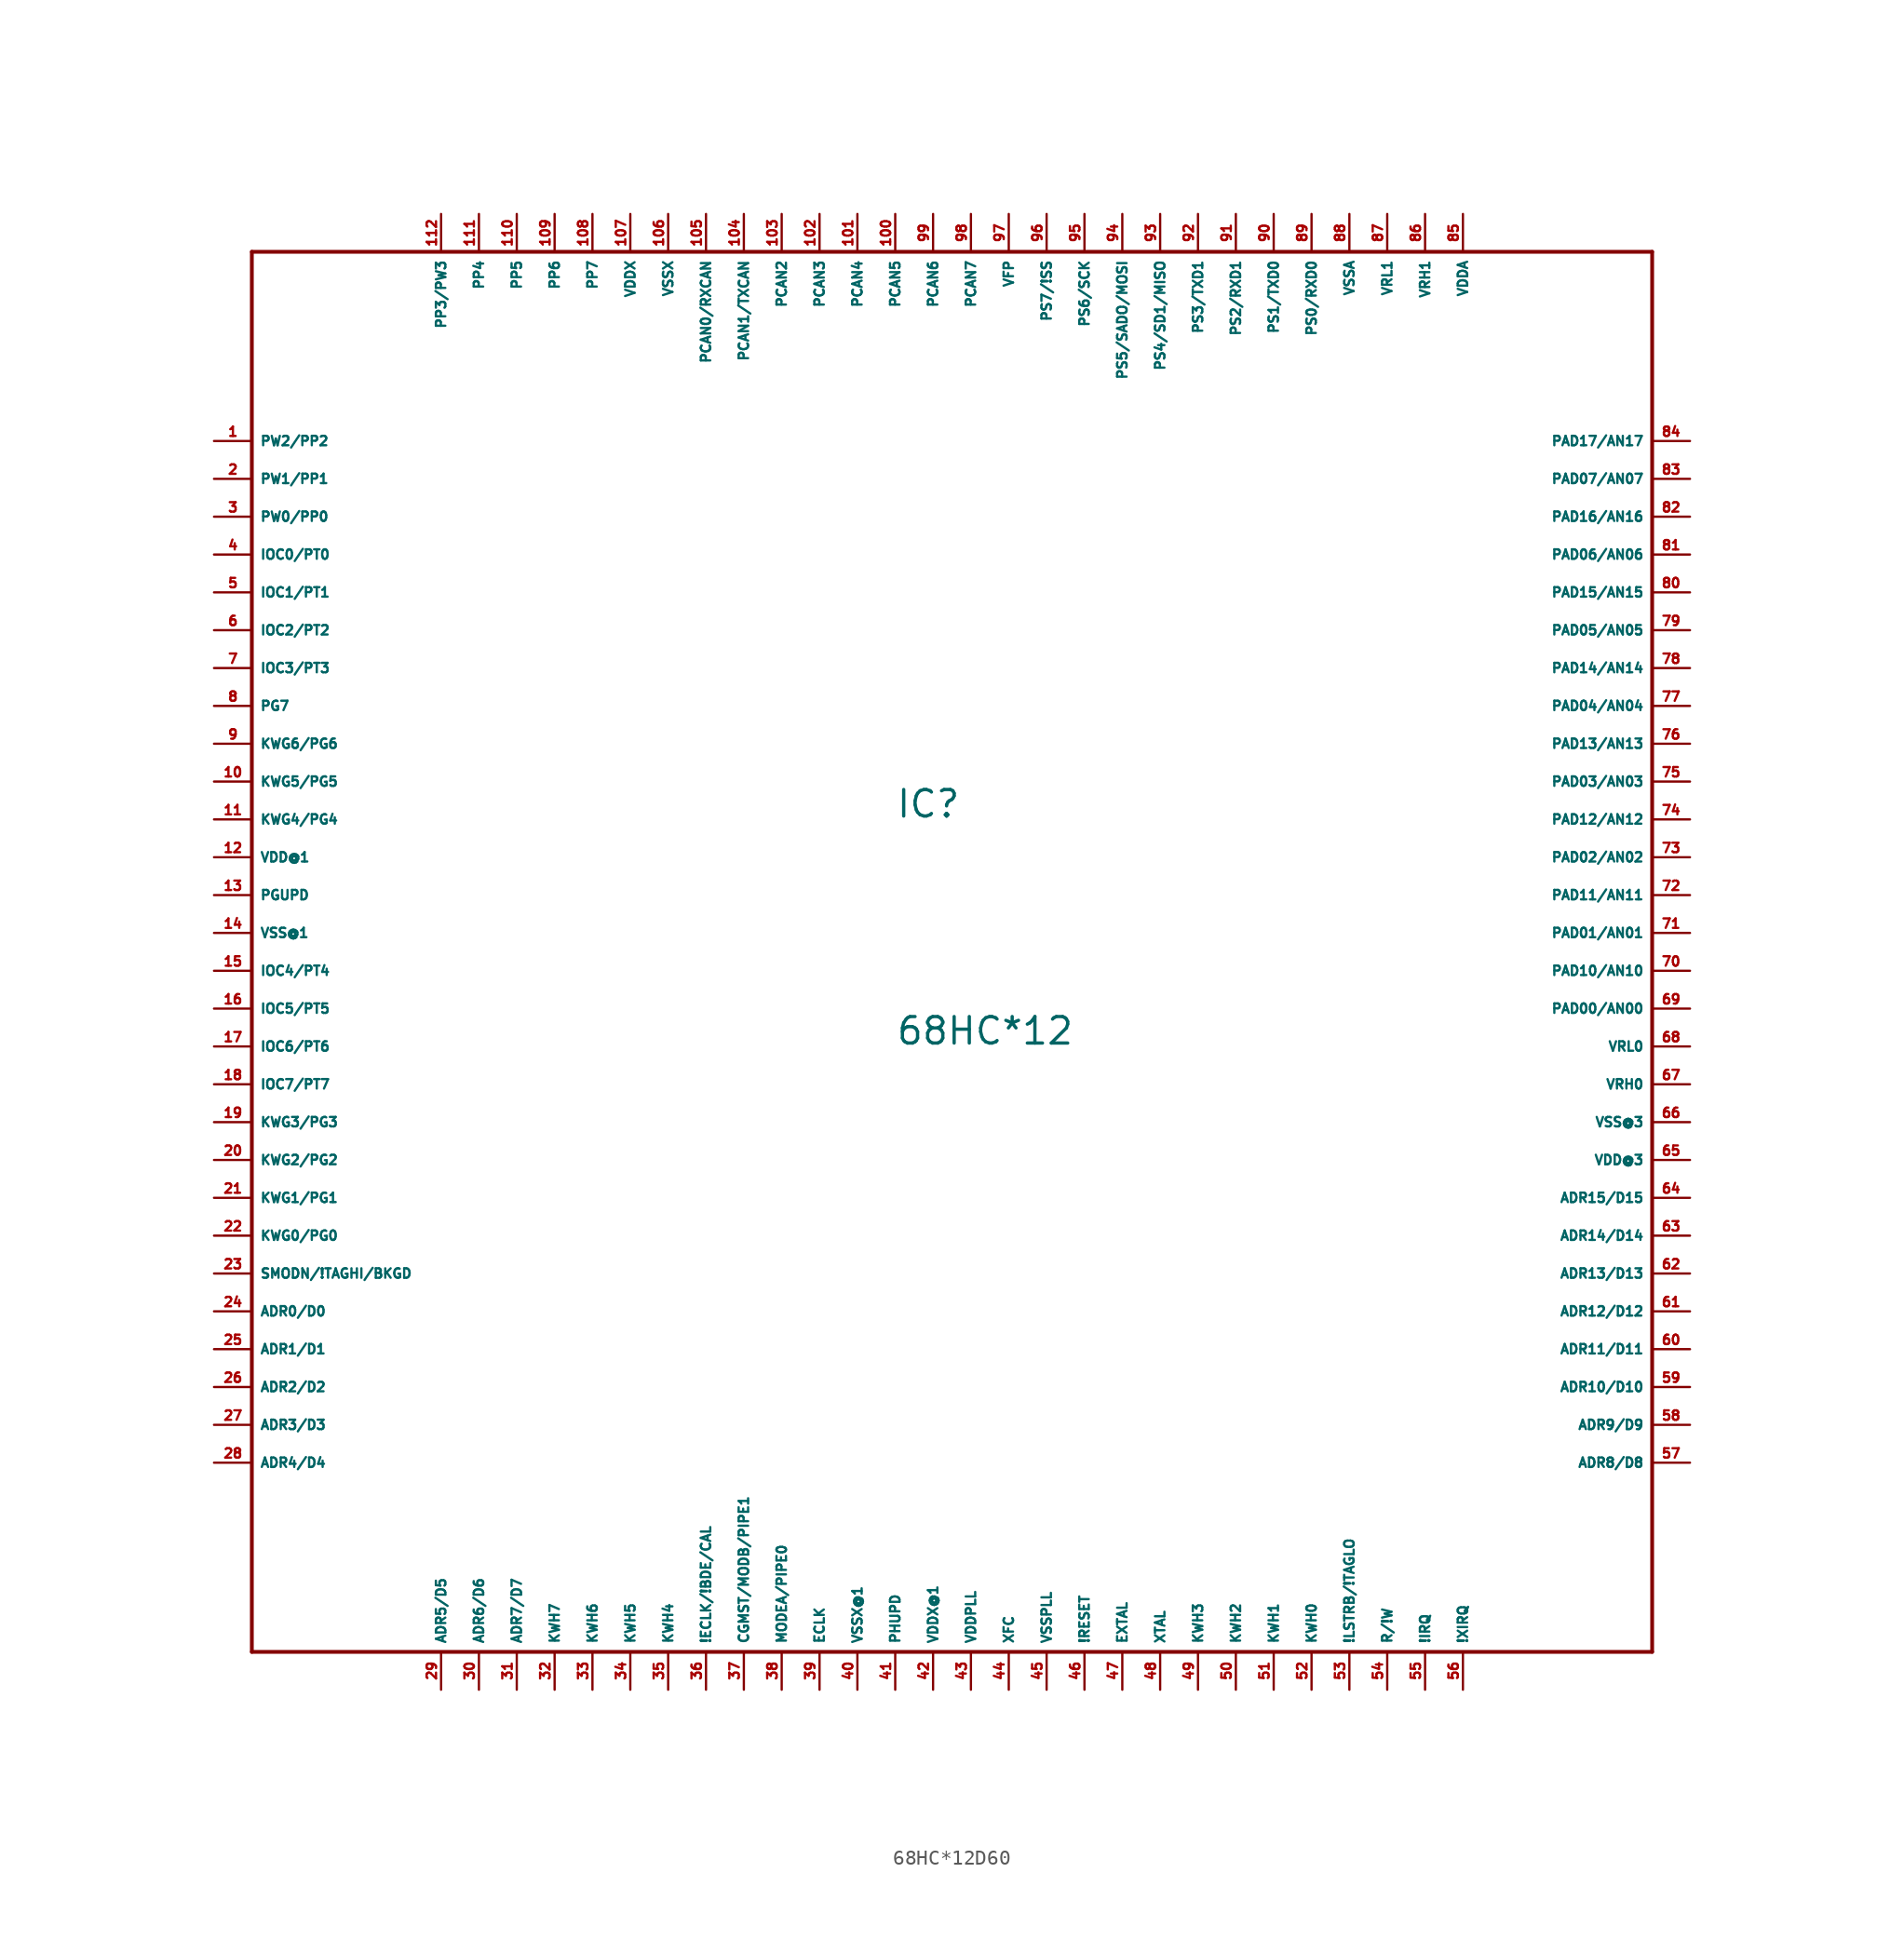
<source format=kicad_sym>
(kicad_symbol_lib
  (version 20220914)
  (generator Eagle2Kicad)
  (symbol "68HC*12D60"
    (property "Reference" "IC"
      (at -5.08 7.62 0)
      (effects (font (size 1.778 1.778) (thickness 0.22)) (justify left bottom)))
    (property "Value" "68HC*12"
      (at -5.08 -7.62 0)
      (effects (font (size 1.778 1.778) (thickness 0.22)) (justify left bottom)))
    (polyline
      (pts (xy -48.26 45.72) (xy -48.26 -48.26))
      (stroke (width 0.254) (type default))
      (fill (type none)))
    (polyline
      (pts (xy -48.26 -48.26) (xy 45.72 -48.26))
      (stroke (width 0.254) (type default))
      (fill (type none)))
    (polyline
      (pts (xy 45.72 -48.26) (xy 45.72 45.72))
      (stroke (width 0.254) (type default))
      (fill (type none)))
    (polyline
      (pts (xy 45.72 45.72) (xy -48.26 45.72))
      (stroke (width 0.254) (type default))
      (fill (type none)))
    (pin bidirectional line
      (at -35.56 -50.8 90)
      (length 2.54)
      (name "ADR5/D5" (effects (font (size 0.635 0.635) (thickness 0.08)) (justify left bottom)))
      (number "29" (effects (font (size 0.635 0.635) (thickness 0.08)) (justify left bottom))))
    (pin bidirectional line
      (at -33.02 -50.8 90)
      (length 2.54)
      (name "ADR6/D6" (effects (font (size 0.635 0.635) (thickness 0.08)) (justify left bottom)))
      (number "30" (effects (font (size 0.635 0.635) (thickness 0.08)) (justify left bottom))))
    (pin bidirectional line
      (at -30.48 -50.8 90)
      (length 2.54)
      (name "ADR7/D7" (effects (font (size 0.635 0.635) (thickness 0.08)) (justify left bottom)))
      (number "31" (effects (font (size 0.635 0.635) (thickness 0.08)) (justify left bottom))))
    (pin bidirectional line
      (at -27.94 -50.8 90)
      (length 2.54)
      (name "KWH7" (effects (font (size 0.635 0.635) (thickness 0.08)) (justify left bottom)))
      (number "32" (effects (font (size 0.635 0.635) (thickness 0.08)) (justify left bottom))))
    (pin bidirectional line
      (at -25.4 -50.8 90)
      (length 2.54)
      (name "KWH6" (effects (font (size 0.635 0.635) (thickness 0.08)) (justify left bottom)))
      (number "33" (effects (font (size 0.635 0.635) (thickness 0.08)) (justify left bottom))))
    (pin bidirectional line
      (at -22.86 -50.8 90)
      (length 2.54)
      (name "KWH5" (effects (font (size 0.635 0.635) (thickness 0.08)) (justify left bottom)))
      (number "34" (effects (font (size 0.635 0.635) (thickness 0.08)) (justify left bottom))))
    (pin bidirectional line
      (at -20.32 -50.8 90)
      (length 2.54)
      (name "KWH4" (effects (font (size 0.635 0.635) (thickness 0.08)) (justify left bottom)))
      (number "35" (effects (font (size 0.635 0.635) (thickness 0.08)) (justify left bottom))))
    (pin bidirectional line
      (at -17.78 -50.8 90)
      (length 2.54)
      (name "!ECLK/!BDE/CAL" (effects (font (size 0.635 0.635) (thickness 0.08)) (justify left bottom)))
      (number "36" (effects (font (size 0.635 0.635) (thickness 0.08)) (justify left bottom))))
    (pin bidirectional line
      (at -15.24 -50.8 90)
      (length 2.54)
      (name "CGMST/MODB/PIPE1" (effects (font (size 0.635 0.635) (thickness 0.08)) (justify left bottom)))
      (number "37" (effects (font (size 0.635 0.635) (thickness 0.08)) (justify left bottom))))
    (pin bidirectional line
      (at -12.7 -50.8 90)
      (length 2.54)
      (name "MODEA/PIPE0" (effects (font (size 0.635 0.635) (thickness 0.08)) (justify left bottom)))
      (number "38" (effects (font (size 0.635 0.635) (thickness 0.08)) (justify left bottom))))
    (pin bidirectional line
      (at -10.16 -50.8 90)
      (length 2.54)
      (name "ECLK" (effects (font (size 0.635 0.635) (thickness 0.08)) (justify left bottom)))
      (number "39" (effects (font (size 0.635 0.635) (thickness 0.08)) (justify left bottom))))
    (pin unspecified line
      (at -7.62 -50.8 90)
      (length 2.54)
      (name "VSSX@1" (effects (font (size 0.635 0.635) (thickness 0.08)) (justify left bottom)))
      (number "40" (effects (font (size 0.635 0.635) (thickness 0.08)) (justify left bottom))))
    (pin input line
      (at -5.08 -50.8 90)
      (length 2.54)
      (name "PHUPD" (effects (font (size 0.635 0.635) (thickness 0.08)) (justify left bottom)))
      (number "41" (effects (font (size 0.635 0.635) (thickness 0.08)) (justify left bottom))))
    (pin unspecified line
      (at -2.54 -50.8 90)
      (length 2.54)
      (name "VDDX@1" (effects (font (size 0.635 0.635) (thickness 0.08)) (justify left bottom)))
      (number "42" (effects (font (size 0.635 0.635) (thickness 0.08)) (justify left bottom))))
    (pin unspecified line
      (at 0 -50.8 90)
      (length 2.54)
      (name "VDDPLL" (effects (font (size 0.635 0.635) (thickness 0.08)) (justify left bottom)))
      (number "43" (effects (font (size 0.635 0.635) (thickness 0.08)) (justify left bottom))))
    (pin input line
      (at 2.54 -50.8 90)
      (length 2.54)
      (name "XFC" (effects (font (size 0.635 0.635) (thickness 0.08)) (justify left bottom)))
      (number "44" (effects (font (size 0.635 0.635) (thickness 0.08)) (justify left bottom))))
    (pin unspecified line
      (at 5.08 -50.8 90)
      (length 2.54)
      (name "VSSPLL" (effects (font (size 0.635 0.635) (thickness 0.08)) (justify left bottom)))
      (number "45" (effects (font (size 0.635 0.635) (thickness 0.08)) (justify left bottom))))
    (pin bidirectional line
      (at 7.62 -50.8 90)
      (length 2.54)
      (name "!RESET" (effects (font (size 0.635 0.635) (thickness 0.08)) (justify left bottom)))
      (number "46" (effects (font (size 0.635 0.635) (thickness 0.08)) (justify left bottom))))
    (pin output line
      (at 10.16 -50.8 90)
      (length 2.54)
      (name "EXTAL" (effects (font (size 0.635 0.635) (thickness 0.08)) (justify left bottom)))
      (number "47" (effects (font (size 0.635 0.635) (thickness 0.08)) (justify left bottom))))
    (pin bidirectional line
      (at 12.7 -50.8 90)
      (length 2.54)
      (name "XTAL" (effects (font (size 0.635 0.635) (thickness 0.08)) (justify left bottom)))
      (number "48" (effects (font (size 0.635 0.635) (thickness 0.08)) (justify left bottom))))
    (pin bidirectional line
      (at 15.24 -50.8 90)
      (length 2.54)
      (name "KWH3" (effects (font (size 0.635 0.635) (thickness 0.08)) (justify left bottom)))
      (number "49" (effects (font (size 0.635 0.635) (thickness 0.08)) (justify left bottom))))
    (pin bidirectional line
      (at 17.78 -50.8 90)
      (length 2.54)
      (name "KWH2" (effects (font (size 0.635 0.635) (thickness 0.08)) (justify left bottom)))
      (number "50" (effects (font (size 0.635 0.635) (thickness 0.08)) (justify left bottom))))
    (pin bidirectional line
      (at 20.32 -50.8 90)
      (length 2.54)
      (name "KWH1" (effects (font (size 0.635 0.635) (thickness 0.08)) (justify left bottom)))
      (number "51" (effects (font (size 0.635 0.635) (thickness 0.08)) (justify left bottom))))
    (pin bidirectional line
      (at 22.86 -50.8 90)
      (length 2.54)
      (name "KWH0" (effects (font (size 0.635 0.635) (thickness 0.08)) (justify left bottom)))
      (number "52" (effects (font (size 0.635 0.635) (thickness 0.08)) (justify left bottom))))
    (pin bidirectional line
      (at 25.4 -50.8 90)
      (length 2.54)
      (name "!LSTRB/!TAGLO" (effects (font (size 0.635 0.635) (thickness 0.08)) (justify left bottom)))
      (number "53" (effects (font (size 0.635 0.635) (thickness 0.08)) (justify left bottom))))
    (pin bidirectional line
      (at 27.94 -50.8 90)
      (length 2.54)
      (name "R/!W" (effects (font (size 0.635 0.635) (thickness 0.08)) (justify left bottom)))
      (number "54" (effects (font (size 0.635 0.635) (thickness 0.08)) (justify left bottom))))
    (pin input line
      (at 30.48 -50.8 90)
      (length 2.54)
      (name "!IRQ" (effects (font (size 0.635 0.635) (thickness 0.08)) (justify left bottom)))
      (number "55" (effects (font (size 0.635 0.635) (thickness 0.08)) (justify left bottom))))
    (pin input line
      (at 33.02 -50.8 90)
      (length 2.54)
      (name "!XIRQ" (effects (font (size 0.635 0.635) (thickness 0.08)) (justify left bottom)))
      (number "56" (effects (font (size 0.635 0.635) (thickness 0.08)) (justify left bottom))))
    (pin bidirectional line
      (at 48.26 -35.56 180)
      (length 2.54)
      (name "ADR8/D8" (effects (font (size 0.635 0.635) (thickness 0.08)) (justify left bottom)))
      (number "57" (effects (font (size 0.635 0.635) (thickness 0.08)) (justify left bottom))))
    (pin bidirectional line
      (at 48.26 -33.02 180)
      (length 2.54)
      (name "ADR9/D9" (effects (font (size 0.635 0.635) (thickness 0.08)) (justify left bottom)))
      (number "58" (effects (font (size 0.635 0.635) (thickness 0.08)) (justify left bottom))))
    (pin bidirectional line
      (at 48.26 -30.48 180)
      (length 2.54)
      (name "ADR10/D10" (effects (font (size 0.635 0.635) (thickness 0.08)) (justify left bottom)))
      (number "59" (effects (font (size 0.635 0.635) (thickness 0.08)) (justify left bottom))))
    (pin bidirectional line
      (at 48.26 -27.94 180)
      (length 2.54)
      (name "ADR11/D11" (effects (font (size 0.635 0.635) (thickness 0.08)) (justify left bottom)))
      (number "60" (effects (font (size 0.635 0.635) (thickness 0.08)) (justify left bottom))))
    (pin bidirectional line
      (at 48.26 -25.4 180)
      (length 2.54)
      (name "ADR12/D12" (effects (font (size 0.635 0.635) (thickness 0.08)) (justify left bottom)))
      (number "61" (effects (font (size 0.635 0.635) (thickness 0.08)) (justify left bottom))))
    (pin bidirectional line
      (at 48.26 -22.86 180)
      (length 2.54)
      (name "ADR13/D13" (effects (font (size 0.635 0.635) (thickness 0.08)) (justify left bottom)))
      (number "62" (effects (font (size 0.635 0.635) (thickness 0.08)) (justify left bottom))))
    (pin bidirectional line
      (at 48.26 -20.32 180)
      (length 2.54)
      (name "ADR14/D14" (effects (font (size 0.635 0.635) (thickness 0.08)) (justify left bottom)))
      (number "63" (effects (font (size 0.635 0.635) (thickness 0.08)) (justify left bottom))))
    (pin bidirectional line
      (at 48.26 -17.78 180)
      (length 2.54)
      (name "ADR15/D15" (effects (font (size 0.635 0.635) (thickness 0.08)) (justify left bottom)))
      (number "64" (effects (font (size 0.635 0.635) (thickness 0.08)) (justify left bottom))))
    (pin unspecified line
      (at 48.26 -15.24 180)
      (length 2.54)
      (name "VDD@3" (effects (font (size 0.635 0.635) (thickness 0.08)) (justify left bottom)))
      (number "65" (effects (font (size 0.635 0.635) (thickness 0.08)) (justify left bottom))))
    (pin unspecified line
      (at 48.26 -12.7 180)
      (length 2.54)
      (name "VSS@3" (effects (font (size 0.635 0.635) (thickness 0.08)) (justify left bottom)))
      (number "66" (effects (font (size 0.635 0.635) (thickness 0.08)) (justify left bottom))))
    (pin unspecified line
      (at 48.26 -10.16 180)
      (length 2.54)
      (name "VRH0" (effects (font (size 0.635 0.635) (thickness 0.08)) (justify left bottom)))
      (number "67" (effects (font (size 0.635 0.635) (thickness 0.08)) (justify left bottom))))
    (pin unspecified line
      (at 48.26 -7.62 180)
      (length 2.54)
      (name "VRL0" (effects (font (size 0.635 0.635) (thickness 0.08)) (justify left bottom)))
      (number "68" (effects (font (size 0.635 0.635) (thickness 0.08)) (justify left bottom))))
    (pin input line
      (at 48.26 -5.08 180)
      (length 2.54)
      (name "PAD00/AN00" (effects (font (size 0.635 0.635) (thickness 0.08)) (justify left bottom)))
      (number "69" (effects (font (size 0.635 0.635) (thickness 0.08)) (justify left bottom))))
    (pin input line
      (at 48.26 -2.54 180)
      (length 2.54)
      (name "PAD10/AN10" (effects (font (size 0.635 0.635) (thickness 0.08)) (justify left bottom)))
      (number "70" (effects (font (size 0.635 0.635) (thickness 0.08)) (justify left bottom))))
    (pin input line
      (at 48.26 0 180)
      (length 2.54)
      (name "PAD01/AN01" (effects (font (size 0.635 0.635) (thickness 0.08)) (justify left bottom)))
      (number "71" (effects (font (size 0.635 0.635) (thickness 0.08)) (justify left bottom))))
    (pin input line
      (at 48.26 2.54 180)
      (length 2.54)
      (name "PAD11/AN11" (effects (font (size 0.635 0.635) (thickness 0.08)) (justify left bottom)))
      (number "72" (effects (font (size 0.635 0.635) (thickness 0.08)) (justify left bottom))))
    (pin input line
      (at 48.26 5.08 180)
      (length 2.54)
      (name "PAD02/AN02" (effects (font (size 0.635 0.635) (thickness 0.08)) (justify left bottom)))
      (number "73" (effects (font (size 0.635 0.635) (thickness 0.08)) (justify left bottom))))
    (pin input line
      (at 48.26 7.62 180)
      (length 2.54)
      (name "PAD12/AN12" (effects (font (size 0.635 0.635) (thickness 0.08)) (justify left bottom)))
      (number "74" (effects (font (size 0.635 0.635) (thickness 0.08)) (justify left bottom))))
    (pin input line
      (at 48.26 12.7 180)
      (length 2.54)
      (name "PAD13/AN13" (effects (font (size 0.635 0.635) (thickness 0.08)) (justify left bottom)))
      (number "76" (effects (font (size 0.635 0.635) (thickness 0.08)) (justify left bottom))))
    (pin input line
      (at 48.26 15.24 180)
      (length 2.54)
      (name "PAD04/AN04" (effects (font (size 0.635 0.635) (thickness 0.08)) (justify left bottom)))
      (number "77" (effects (font (size 0.635 0.635) (thickness 0.08)) (justify left bottom))))
    (pin input line
      (at 48.26 17.78 180)
      (length 2.54)
      (name "PAD14/AN14" (effects (font (size 0.635 0.635) (thickness 0.08)) (justify left bottom)))
      (number "78" (effects (font (size 0.635 0.635) (thickness 0.08)) (justify left bottom))))
    (pin input line
      (at 48.26 20.32 180)
      (length 2.54)
      (name "PAD05/AN05" (effects (font (size 0.635 0.635) (thickness 0.08)) (justify left bottom)))
      (number "79" (effects (font (size 0.635 0.635) (thickness 0.08)) (justify left bottom))))
    (pin input line
      (at 48.26 22.86 180)
      (length 2.54)
      (name "PAD15/AN15" (effects (font (size 0.635 0.635) (thickness 0.08)) (justify left bottom)))
      (number "80" (effects (font (size 0.635 0.635) (thickness 0.08)) (justify left bottom))))
    (pin input line
      (at 48.26 25.4 180)
      (length 2.54)
      (name "PAD06/AN06" (effects (font (size 0.635 0.635) (thickness 0.08)) (justify left bottom)))
      (number "81" (effects (font (size 0.635 0.635) (thickness 0.08)) (justify left bottom))))
    (pin input line
      (at 48.26 27.94 180)
      (length 2.54)
      (name "PAD16/AN16" (effects (font (size 0.635 0.635) (thickness 0.08)) (justify left bottom)))
      (number "82" (effects (font (size 0.635 0.635) (thickness 0.08)) (justify left bottom))))
    (pin input line
      (at 48.26 30.48 180)
      (length 2.54)
      (name "PAD07/AN07" (effects (font (size 0.635 0.635) (thickness 0.08)) (justify left bottom)))
      (number "83" (effects (font (size 0.635 0.635) (thickness 0.08)) (justify left bottom))))
    (pin input line
      (at 48.26 33.02 180)
      (length 2.54)
      (name "PAD17/AN17" (effects (font (size 0.635 0.635) (thickness 0.08)) (justify left bottom)))
      (number "84" (effects (font (size 0.635 0.635) (thickness 0.08)) (justify left bottom))))
    (pin unspecified line
      (at 33.02 48.26 270)
      (length 2.54)
      (name "VDDA" (effects (font (size 0.635 0.635) (thickness 0.08)) (justify left bottom)))
      (number "85" (effects (font (size 0.635 0.635) (thickness 0.08)) (justify left bottom))))
    (pin unspecified line
      (at 30.48 48.26 270)
      (length 2.54)
      (name "VRH1" (effects (font (size 0.635 0.635) (thickness 0.08)) (justify left bottom)))
      (number "86" (effects (font (size 0.635 0.635) (thickness 0.08)) (justify left bottom))))
    (pin unspecified line
      (at 27.94 48.26 270)
      (length 2.54)
      (name "VRL1" (effects (font (size 0.635 0.635) (thickness 0.08)) (justify left bottom)))
      (number "87" (effects (font (size 0.635 0.635) (thickness 0.08)) (justify left bottom))))
    (pin unspecified line
      (at 25.4 48.26 270)
      (length 2.54)
      (name "VSSA" (effects (font (size 0.635 0.635) (thickness 0.08)) (justify left bottom)))
      (number "88" (effects (font (size 0.635 0.635) (thickness 0.08)) (justify left bottom))))
    (pin bidirectional line
      (at 22.86 48.26 270)
      (length 2.54)
      (name "PS0/RXD0" (effects (font (size 0.635 0.635) (thickness 0.08)) (justify left bottom)))
      (number "89" (effects (font (size 0.635 0.635) (thickness 0.08)) (justify left bottom))))
    (pin bidirectional line
      (at 20.32 48.26 270)
      (length 2.54)
      (name "PS1/TXD0" (effects (font (size 0.635 0.635) (thickness 0.08)) (justify left bottom)))
      (number "90" (effects (font (size 0.635 0.635) (thickness 0.08)) (justify left bottom))))
    (pin bidirectional line
      (at 17.78 48.26 270)
      (length 2.54)
      (name "PS2/RXD1" (effects (font (size 0.635 0.635) (thickness 0.08)) (justify left bottom)))
      (number "91" (effects (font (size 0.635 0.635) (thickness 0.08)) (justify left bottom))))
    (pin bidirectional line
      (at 15.24 48.26 270)
      (length 2.54)
      (name "PS3/TXD1" (effects (font (size 0.635 0.635) (thickness 0.08)) (justify left bottom)))
      (number "92" (effects (font (size 0.635 0.635) (thickness 0.08)) (justify left bottom))))
    (pin bidirectional line
      (at 12.7 48.26 270)
      (length 2.54)
      (name "PS4/SD1/MISO" (effects (font (size 0.635 0.635) (thickness 0.08)) (justify left bottom)))
      (number "93" (effects (font (size 0.635 0.635) (thickness 0.08)) (justify left bottom))))
    (pin bidirectional line
      (at 10.16 48.26 270)
      (length 2.54)
      (name "PS5/SADO/MOSI" (effects (font (size 0.635 0.635) (thickness 0.08)) (justify left bottom)))
      (number "94" (effects (font (size 0.635 0.635) (thickness 0.08)) (justify left bottom))))
    (pin bidirectional line
      (at 7.62 48.26 270)
      (length 2.54)
      (name "PS6/SCK" (effects (font (size 0.635 0.635) (thickness 0.08)) (justify left bottom)))
      (number "95" (effects (font (size 0.635 0.635) (thickness 0.08)) (justify left bottom))))
    (pin bidirectional line
      (at 5.08 48.26 270)
      (length 2.54)
      (name "PS7/!SS" (effects (font (size 0.635 0.635) (thickness 0.08)) (justify left bottom)))
      (number "96" (effects (font (size 0.635 0.635) (thickness 0.08)) (justify left bottom))))
    (pin input line
      (at 2.54 48.26 270)
      (length 2.54)
      (name "VFP" (effects (font (size 0.635 0.635) (thickness 0.08)) (justify left bottom)))
      (number "97" (effects (font (size 0.635 0.635) (thickness 0.08)) (justify left bottom))))
    (pin bidirectional line
      (at 0 48.26 270)
      (length 2.54)
      (name "PCAN7" (effects (font (size 0.635 0.635) (thickness 0.08)) (justify left bottom)))
      (number "98" (effects (font (size 0.635 0.635) (thickness 0.08)) (justify left bottom))))
    (pin bidirectional line
      (at -2.54 48.26 270)
      (length 2.54)
      (name "PCAN6" (effects (font (size 0.635 0.635) (thickness 0.08)) (justify left bottom)))
      (number "99" (effects (font (size 0.635 0.635) (thickness 0.08)) (justify left bottom))))
    (pin bidirectional line
      (at -5.08 48.26 270)
      (length 2.54)
      (name "PCAN5" (effects (font (size 0.635 0.635) (thickness 0.08)) (justify left bottom)))
      (number "100" (effects (font (size 0.635 0.635) (thickness 0.08)) (justify left bottom))))
    (pin bidirectional line
      (at -7.62 48.26 270)
      (length 2.54)
      (name "PCAN4" (effects (font (size 0.635 0.635) (thickness 0.08)) (justify left bottom)))
      (number "101" (effects (font (size 0.635 0.635) (thickness 0.08)) (justify left bottom))))
    (pin bidirectional line
      (at -10.16 48.26 270)
      (length 2.54)
      (name "PCAN3" (effects (font (size 0.635 0.635) (thickness 0.08)) (justify left bottom)))
      (number "102" (effects (font (size 0.635 0.635) (thickness 0.08)) (justify left bottom))))
    (pin bidirectional line
      (at -12.7 48.26 270)
      (length 2.54)
      (name "PCAN2" (effects (font (size 0.635 0.635) (thickness 0.08)) (justify left bottom)))
      (number "103" (effects (font (size 0.635 0.635) (thickness 0.08)) (justify left bottom))))
    (pin output line
      (at -15.24 48.26 270)
      (length 2.54)
      (name "PCAN1/TXCAN" (effects (font (size 0.635 0.635) (thickness 0.08)) (justify left bottom)))
      (number "104" (effects (font (size 0.635 0.635) (thickness 0.08)) (justify left bottom))))
    (pin input line
      (at -17.78 48.26 270)
      (length 2.54)
      (name "PCAN0/RXCAN" (effects (font (size 0.635 0.635) (thickness 0.08)) (justify left bottom)))
      (number "105" (effects (font (size 0.635 0.635) (thickness 0.08)) (justify left bottom))))
    (pin unspecified line
      (at -20.32 48.26 270)
      (length 2.54)
      (name "VSSX" (effects (font (size 0.635 0.635) (thickness 0.08)) (justify left bottom)))
      (number "106" (effects (font (size 0.635 0.635) (thickness 0.08)) (justify left bottom))))
    (pin unspecified line
      (at -22.86 48.26 270)
      (length 2.54)
      (name "VDDX" (effects (font (size 0.635 0.635) (thickness 0.08)) (justify left bottom)))
      (number "107" (effects (font (size 0.635 0.635) (thickness 0.08)) (justify left bottom))))
    (pin bidirectional line
      (at -25.4 48.26 270)
      (length 2.54)
      (name "PP7" (effects (font (size 0.635 0.635) (thickness 0.08)) (justify left bottom)))
      (number "108" (effects (font (size 0.635 0.635) (thickness 0.08)) (justify left bottom))))
    (pin bidirectional line
      (at -27.94 48.26 270)
      (length 2.54)
      (name "PP6" (effects (font (size 0.635 0.635) (thickness 0.08)) (justify left bottom)))
      (number "109" (effects (font (size 0.635 0.635) (thickness 0.08)) (justify left bottom))))
    (pin bidirectional line
      (at -30.48 48.26 270)
      (length 2.54)
      (name "PP5" (effects (font (size 0.635 0.635) (thickness 0.08)) (justify left bottom)))
      (number "110" (effects (font (size 0.635 0.635) (thickness 0.08)) (justify left bottom))))
    (pin bidirectional line
      (at -33.02 48.26 270)
      (length 2.54)
      (name "PP4" (effects (font (size 0.635 0.635) (thickness 0.08)) (justify left bottom)))
      (number "111" (effects (font (size 0.635 0.635) (thickness 0.08)) (justify left bottom))))
    (pin bidirectional line
      (at -35.56 48.26 270)
      (length 2.54)
      (name "PP3/PW3" (effects (font (size 0.635 0.635) (thickness 0.08)) (justify left bottom)))
      (number "112" (effects (font (size 0.635 0.635) (thickness 0.08)) (justify left bottom))))
    (pin bidirectional line
      (at -50.8 33.02 0)
      (length 2.54)
      (name "PW2/PP2" (effects (font (size 0.635 0.635) (thickness 0.08)) (justify left bottom)))
      (number "1" (effects (font (size 0.635 0.635) (thickness 0.08)) (justify left bottom))))
    (pin bidirectional line
      (at -50.8 30.48 0)
      (length 2.54)
      (name "PW1/PP1" (effects (font (size 0.635 0.635) (thickness 0.08)) (justify left bottom)))
      (number "2" (effects (font (size 0.635 0.635) (thickness 0.08)) (justify left bottom))))
    (pin bidirectional line
      (at -50.8 27.94 0)
      (length 2.54)
      (name "PW0/PP0" (effects (font (size 0.635 0.635) (thickness 0.08)) (justify left bottom)))
      (number "3" (effects (font (size 0.635 0.635) (thickness 0.08)) (justify left bottom))))
    (pin bidirectional line
      (at -50.8 25.4 0)
      (length 2.54)
      (name "IOC0/PT0" (effects (font (size 0.635 0.635) (thickness 0.08)) (justify left bottom)))
      (number "4" (effects (font (size 0.635 0.635) (thickness 0.08)) (justify left bottom))))
    (pin bidirectional line
      (at -50.8 22.86 0)
      (length 2.54)
      (name "IOC1/PT1" (effects (font (size 0.635 0.635) (thickness 0.08)) (justify left bottom)))
      (number "5" (effects (font (size 0.635 0.635) (thickness 0.08)) (justify left bottom))))
    (pin bidirectional line
      (at -50.8 20.32 0)
      (length 2.54)
      (name "IOC2/PT2" (effects (font (size 0.635 0.635) (thickness 0.08)) (justify left bottom)))
      (number "6" (effects (font (size 0.635 0.635) (thickness 0.08)) (justify left bottom))))
    (pin bidirectional line
      (at -50.8 17.78 0)
      (length 2.54)
      (name "IOC3/PT3" (effects (font (size 0.635 0.635) (thickness 0.08)) (justify left bottom)))
      (number "7" (effects (font (size 0.635 0.635) (thickness 0.08)) (justify left bottom))))
    (pin bidirectional line
      (at -50.8 15.24 0)
      (length 2.54)
      (name "PG7" (effects (font (size 0.635 0.635) (thickness 0.08)) (justify left bottom)))
      (number "8" (effects (font (size 0.635 0.635) (thickness 0.08)) (justify left bottom))))
    (pin bidirectional line
      (at -50.8 12.7 0)
      (length 2.54)
      (name "KWG6/PG6" (effects (font (size 0.635 0.635) (thickness 0.08)) (justify left bottom)))
      (number "9" (effects (font (size 0.635 0.635) (thickness 0.08)) (justify left bottom))))
    (pin bidirectional line
      (at -50.8 10.16 0)
      (length 2.54)
      (name "KWG5/PG5" (effects (font (size 0.635 0.635) (thickness 0.08)) (justify left bottom)))
      (number "10" (effects (font (size 0.635 0.635) (thickness 0.08)) (justify left bottom))))
    (pin bidirectional line
      (at -50.8 7.62 0)
      (length 2.54)
      (name "KWG4/PG4" (effects (font (size 0.635 0.635) (thickness 0.08)) (justify left bottom)))
      (number "11" (effects (font (size 0.635 0.635) (thickness 0.08)) (justify left bottom))))
    (pin unspecified line
      (at -50.8 5.08 0)
      (length 2.54)
      (name "VDD@1" (effects (font (size 0.635 0.635) (thickness 0.08)) (justify left bottom)))
      (number "12" (effects (font (size 0.635 0.635) (thickness 0.08)) (justify left bottom))))
    (pin input line
      (at -50.8 2.54 0)
      (length 2.54)
      (name "PGUPD" (effects (font (size 0.635 0.635) (thickness 0.08)) (justify left bottom)))
      (number "13" (effects (font (size 0.635 0.635) (thickness 0.08)) (justify left bottom))))
    (pin unspecified line
      (at -50.8 0 0)
      (length 2.54)
      (name "VSS@1" (effects (font (size 0.635 0.635) (thickness 0.08)) (justify left bottom)))
      (number "14" (effects (font (size 0.635 0.635) (thickness 0.08)) (justify left bottom))))
    (pin bidirectional line
      (at -50.8 -2.54 0)
      (length 2.54)
      (name "IOC4/PT4" (effects (font (size 0.635 0.635) (thickness 0.08)) (justify left bottom)))
      (number "15" (effects (font (size 0.635 0.635) (thickness 0.08)) (justify left bottom))))
    (pin bidirectional line
      (at -50.8 -5.08 0)
      (length 2.54)
      (name "IOC5/PT5" (effects (font (size 0.635 0.635) (thickness 0.08)) (justify left bottom)))
      (number "16" (effects (font (size 0.635 0.635) (thickness 0.08)) (justify left bottom))))
    (pin bidirectional line
      (at -50.8 -7.62 0)
      (length 2.54)
      (name "IOC6/PT6" (effects (font (size 0.635 0.635) (thickness 0.08)) (justify left bottom)))
      (number "17" (effects (font (size 0.635 0.635) (thickness 0.08)) (justify left bottom))))
    (pin bidirectional line
      (at -50.8 -10.16 0)
      (length 2.54)
      (name "IOC7/PT7" (effects (font (size 0.635 0.635) (thickness 0.08)) (justify left bottom)))
      (number "18" (effects (font (size 0.635 0.635) (thickness 0.08)) (justify left bottom))))
    (pin bidirectional line
      (at -50.8 -12.7 0)
      (length 2.54)
      (name "KWG3/PG3" (effects (font (size 0.635 0.635) (thickness 0.08)) (justify left bottom)))
      (number "19" (effects (font (size 0.635 0.635) (thickness 0.08)) (justify left bottom))))
    (pin bidirectional line
      (at -50.8 -15.24 0)
      (length 2.54)
      (name "KWG2/PG2" (effects (font (size 0.635 0.635) (thickness 0.08)) (justify left bottom)))
      (number "20" (effects (font (size 0.635 0.635) (thickness 0.08)) (justify left bottom))))
    (pin bidirectional line
      (at -50.8 -17.78 0)
      (length 2.54)
      (name "KWG1/PG1" (effects (font (size 0.635 0.635) (thickness 0.08)) (justify left bottom)))
      (number "21" (effects (font (size 0.635 0.635) (thickness 0.08)) (justify left bottom))))
    (pin bidirectional line
      (at -50.8 -20.32 0)
      (length 2.54)
      (name "KWG0/PG0" (effects (font (size 0.635 0.635) (thickness 0.08)) (justify left bottom)))
      (number "22" (effects (font (size 0.635 0.635) (thickness 0.08)) (justify left bottom))))
    (pin bidirectional line
      (at -50.8 -22.86 0)
      (length 2.54)
      (name "SMODN/!TAGHI/BKGD" (effects (font (size 0.635 0.635) (thickness 0.08)) (justify left bottom)))
      (number "23" (effects (font (size 0.635 0.635) (thickness 0.08)) (justify left bottom))))
    (pin bidirectional line
      (at -50.8 -25.4 0)
      (length 2.54)
      (name "ADR0/D0" (effects (font (size 0.635 0.635) (thickness 0.08)) (justify left bottom)))
      (number "24" (effects (font (size 0.635 0.635) (thickness 0.08)) (justify left bottom))))
    (pin bidirectional line
      (at -50.8 -27.94 0)
      (length 2.54)
      (name "ADR1/D1" (effects (font (size 0.635 0.635) (thickness 0.08)) (justify left bottom)))
      (number "25" (effects (font (size 0.635 0.635) (thickness 0.08)) (justify left bottom))))
    (pin bidirectional line
      (at -50.8 -30.48 0)
      (length 2.54)
      (name "ADR2/D2" (effects (font (size 0.635 0.635) (thickness 0.08)) (justify left bottom)))
      (number "26" (effects (font (size 0.635 0.635) (thickness 0.08)) (justify left bottom))))
    (pin bidirectional line
      (at -50.8 -33.02 0)
      (length 2.54)
      (name "ADR3/D3" (effects (font (size 0.635 0.635) (thickness 0.08)) (justify left bottom)))
      (number "27" (effects (font (size 0.635 0.635) (thickness 0.08)) (justify left bottom))))
    (pin bidirectional line
      (at -50.8 -35.56 0)
      (length 2.54)
      (name "ADR4/D4" (effects (font (size 0.635 0.635) (thickness 0.08)) (justify left bottom)))
      (number "28" (effects (font (size 0.635 0.635) (thickness 0.08)) (justify left bottom))))
    (pin input line
      (at 48.26 10.16 180)
      (length 2.54)
      (name "PAD03/AN03" (effects (font (size 0.635 0.635) (thickness 0.08)) (justify left bottom)))
      (number "75" (effects (font (size 0.635 0.635) (thickness 0.08)) (justify left bottom))))))
</source>
